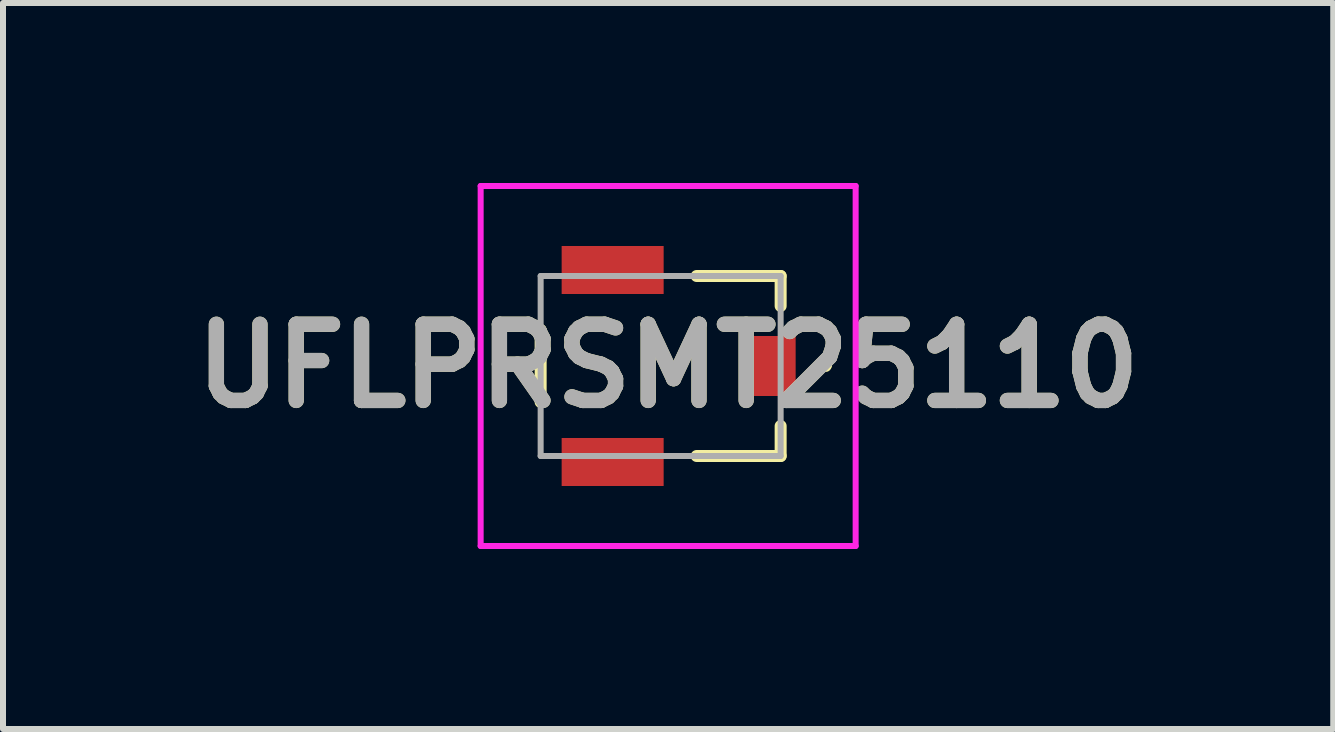
<source format=kicad_pcb>
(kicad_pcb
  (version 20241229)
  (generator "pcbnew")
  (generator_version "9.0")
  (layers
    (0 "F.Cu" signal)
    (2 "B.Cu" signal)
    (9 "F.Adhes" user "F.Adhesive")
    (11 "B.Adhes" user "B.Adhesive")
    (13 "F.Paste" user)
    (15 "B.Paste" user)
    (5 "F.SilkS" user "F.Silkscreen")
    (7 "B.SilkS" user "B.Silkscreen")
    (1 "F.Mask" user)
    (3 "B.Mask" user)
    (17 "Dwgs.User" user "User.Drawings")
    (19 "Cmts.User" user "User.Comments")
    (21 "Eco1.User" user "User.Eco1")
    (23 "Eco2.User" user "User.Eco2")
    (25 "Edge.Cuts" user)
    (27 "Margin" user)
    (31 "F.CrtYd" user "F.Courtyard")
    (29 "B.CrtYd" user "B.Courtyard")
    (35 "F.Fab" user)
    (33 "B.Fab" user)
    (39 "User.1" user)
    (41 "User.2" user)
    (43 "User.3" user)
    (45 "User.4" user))
  (footprint "UFLPRSMT25110"
    (layer "F.Cu")
    (at 7.961 3.05)
    (property "Reference" "UFLPRSMT25110" (at 0.125 0 0) (layer "F.SilkS") (effects (font (size 1.27 1.27) (thickness 0.254))))
    (attr smd)
    (fp_line (start -2 0.6) (end -2 -0.6) (stroke (width 0.2) (type solid)) (layer "F.SilkS"))
    (fp_line (start 0.6 -1.5) (end 2 -1.5) (stroke (width 0.2) (type solid)) (layer "F.SilkS"))
    (fp_line (start 2 -1.5) (end 2 -1) (stroke (width 0.2) (type solid)) (layer "F.SilkS"))
    (fp_line (start 2 1) (end 2 1.5) (stroke (width 0.2) (type solid)) (layer "F.SilkS"))
    (fp_line (start 2 1.5) (end 0.6 1.5) (stroke (width 0.2) (type solid)) (layer "F.SilkS"))
    (fp_line (start 2.7 0) (end 2.7 0) (stroke (width 0.1) (type solid)) (layer "F.SilkS"))
    (fp_line (start 2.8 0) (end 2.8 0) (stroke (width 0.1) (type solid)) (layer "F.SilkS"))
    (fp_arc (start 2.7 0) (mid 2.75 -0.05) (end 2.8 0) (stroke (width 0.1) (type solid)) (layer "F.SilkS"))
    (fp_arc (start 2.8 0) (mid 2.75 0.05) (end 2.7 0) (stroke (width 0.1) (type solid)) (layer "F.SilkS"))
    (fp_line (start -3 -3) (end 3.25 -3) (stroke (width 0.1) (type solid)) (layer "F.CrtYd"))
    (fp_line (start -3 3) (end -3 -3) (stroke (width 0.1) (type solid)) (layer "F.CrtYd"))
    (fp_line (start 3.25 -3) (end 3.25 3) (stroke (width 0.1) (type solid)) (layer "F.CrtYd"))
    (fp_line (start 3.25 3) (end -3 3) (stroke (width 0.1) (type solid)) (layer "F.CrtYd"))
    (fp_line (start -2 -1.5) (end -2 1.5) (stroke (width 0.1) (type solid)) (layer "F.Fab"))
    (fp_line (start -2 1.5) (end 2 1.5) (stroke (width 0.1) (type solid)) (layer "F.Fab"))
    (fp_line (start 2 -1.5) (end -2 -1.5) (stroke (width 0.1) (type solid)) (layer "F.Fab"))
    (fp_line (start 2 1.5) (end 2 -1.5) (stroke (width 0.1) (type solid)) (layer "F.Fab"))
    (fp_text user "${REFERENCE}" (at 0.125 0 0) (layer "F.Fab") (effects (font (size 1.27 1.27) (thickness 0.254))))
    (pad "1" smd rect (at 1.9 0) (size 0.7 1) (layers "F.Cu" "F.Mask" "F.Paste"))
    (pad "G1" smd rect (at -0.8 -1.6 90) (size 0.8 1.7) (layers "F.Cu" "F.Mask" "F.Paste"))
    (pad "G2" smd rect (at -0.8 1.6 90) (size 0.8 1.7) (layers "F.Cu" "F.Mask" "F.Paste")))
  (gr_rect
    (start -3 -3)
    (end 19.171 9.1)
    (stroke (width 0.1) (type default))
    (fill no)
    (layer "Edge.Cuts")))
</source>
